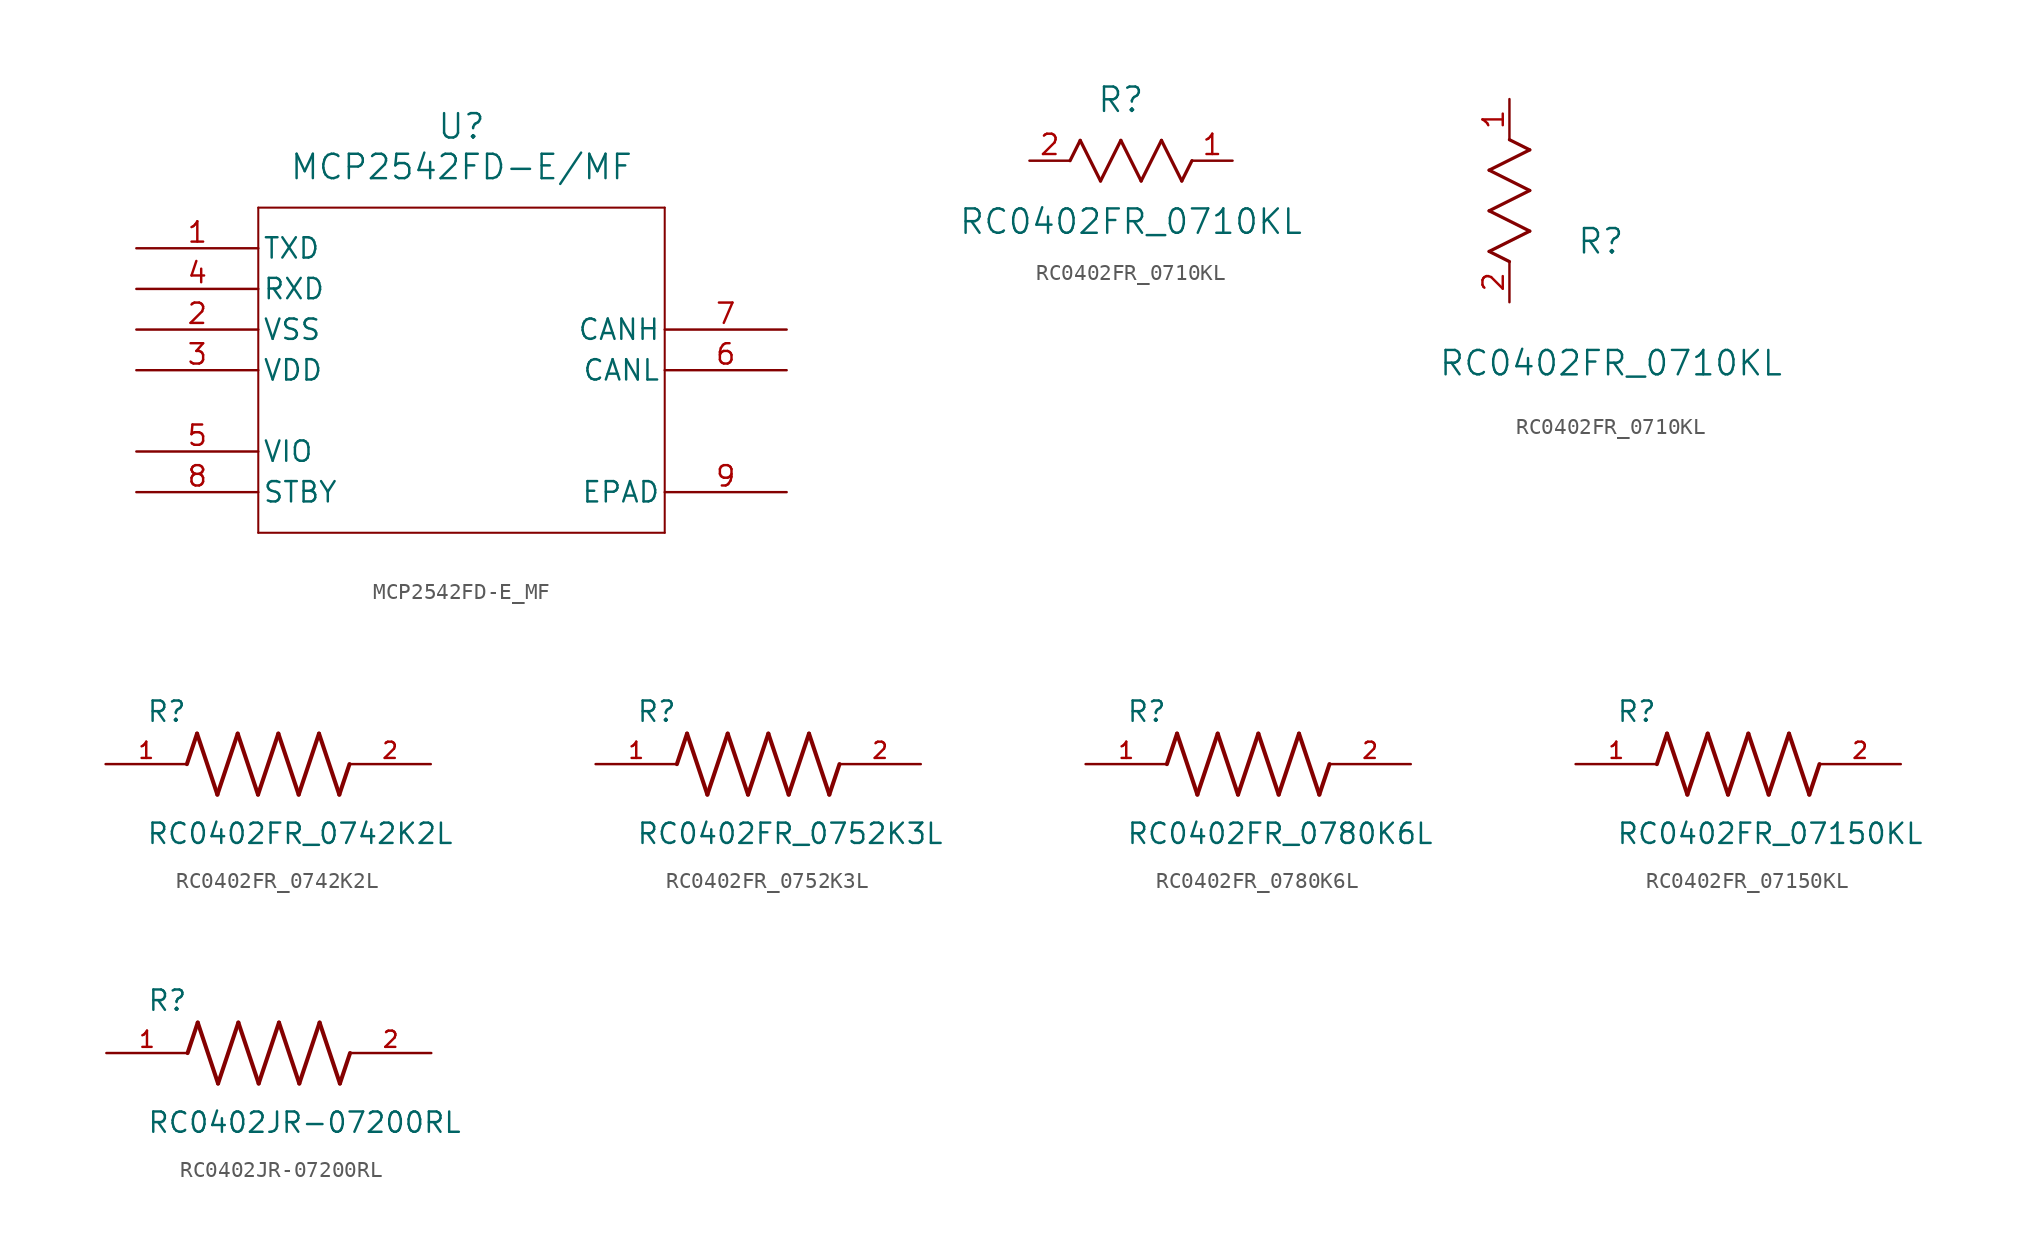
<source format=kicad_sym>
(kicad_symbol_lib
  (version 20241209)
  (generator "kicad_symbol_editor")
  (generator_version "9.0")
  (symbol "MCP2542FD-E_MF"
    (pin_names
      (offset 0.254))
    (property "Reference" "U"
      (at 20.32 10.16 0)
      (effects (font (size 1.524 1.524))))
    (property "Value" "MCP2542FD-E/MF"
      (at 20.32 7.62 0)
      (effects (font (size 1.524 1.524))))
    (symbol "MCP2542FD-E_MF_0_1"
      (polyline (pts (xy 7.62 5.08) (xy 7.62 -15.24)) (stroke (width 0.127) (type default)) (fill (type none)))
      (polyline (pts (xy 7.62 -15.24) (xy 33.02 -15.24)) (stroke (width 0.127) (type default)) (fill (type none)))
      (polyline (pts (xy 33.02 5.08) (xy 7.62 5.08)) (stroke (width 0.127) (type default)) (fill (type none)))
      (polyline (pts (xy 33.02 -15.24) (xy 33.02 5.08)) (stroke (width 0.127) (type default)) (fill (type none)))
      (pin unspecified line (at 0 2.54 0) (length 7.62) (name "TXD" (effects (font (size 1.27 1.27)))) (number "1" (effects (font (size 1.27 1.27)))))
      (pin unspecified line (at 0 0 0) (length 7.62) (name "RXD" (effects (font (size 1.27 1.27)))) (number "4" (effects (font (size 1.27 1.27)))))
      (pin unspecified line (at 0 -2.54 0) (length 7.62) (name "VSS" (effects (font (size 1.27 1.27)))) (number "2" (effects (font (size 1.27 1.27)))))
      (pin unspecified line (at 0 -5.08 0) (length 7.62) (name "VDD" (effects (font (size 1.27 1.27)))) (number "3" (effects (font (size 1.27 1.27)))))
      (pin unspecified line (at 0 -10.16 0) (length 7.62) (name "VIO" (effects (font (size 1.27 1.27)))) (number "5" (effects (font (size 1.27 1.27)))))
      (pin unspecified line (at 0 -12.7 0) (length 7.62) (name "STBY" (effects (font (size 1.27 1.27)))) (number "8" (effects (font (size 1.27 1.27)))))
      (pin unspecified line (at 40.64 -2.54 180) (length 7.62) (name "CANH" (effects (font (size 1.27 1.27)))) (number "7" (effects (font (size 1.27 1.27)))))
      (pin unspecified line (at 40.64 -5.08 180) (length 7.62) (name "CANL" (effects (font (size 1.27 1.27)))) (number "6" (effects (font (size 1.27 1.27)))))
      (pin unspecified line (at 40.64 -12.7 180) (length 7.62) (name "EPAD" (effects (font (size 1.27 1.27)))) (number "9" (effects (font (size 1.27 1.27)))))))
  (symbol "RC0402FR_0710KL"
    (pin_names
      (offset 0.254))
    (property "Reference" "R"
      (at 5.715 3.81 0)
      (effects (font (size 1.524 1.524))))
    (property "Value" "RC0402FR_0710KL"
      (at 6.35 -3.81 0)
      (effects (font (size 1.524 1.524))))
    (symbol "RC0402FR_0710KL_1_1"
      (polyline (pts (xy 2.54 0) (xy 3.175 1.27)) (stroke (width 0.203) (type default)) (fill (type none)))
      (polyline (pts (xy 3.175 1.27) (xy 4.445 -1.27)) (stroke (width 0.203) (type default)) (fill (type none)))
      (polyline (pts (xy 4.445 -1.27) (xy 5.715 1.27)) (stroke (width 0.203) (type default)) (fill (type none)))
      (polyline (pts (xy 5.715 1.27) (xy 6.985 -1.27)) (stroke (width 0.203) (type default)) (fill (type none)))
      (polyline (pts (xy 6.985 -1.27) (xy 8.255 1.27)) (stroke (width 0.203) (type default)) (fill (type none)))
      (polyline (pts (xy 8.255 1.27) (xy 9.525 -1.27)) (stroke (width 0.203) (type default)) (fill (type none)))
      (polyline (pts (xy 9.525 -1.27) (xy 10.16 0)) (stroke (width 0.203) (type default)) (fill (type none)))
      (pin unspecified line (at 0 0 0) (length 2.54) (name "" (effects (font (size 1.27 1.27)))) (number "2" (effects (font (size 1.27 1.27)))))
      (pin unspecified line (at 12.7 0 180) (length 2.54) (name "" (effects (font (size 1.27 1.27)))) (number "1" (effects (font (size 1.27 1.27))))))
    (symbol "RC0402FR_0710KL_1_2"
      (polyline (pts (xy -1.27 8.255) (xy 1.27 9.525)) (stroke (width 0.203) (type default)) (fill (type none)))
      (polyline (pts (xy -1.27 5.715) (xy 1.27 6.985)) (stroke (width 0.203) (type default)) (fill (type none)))
      (polyline (pts (xy -1.27 3.175) (xy 1.27 4.445)) (stroke (width 0.203) (type default)) (fill (type none)))
      (polyline (pts (xy 0 2.54) (xy -1.27 3.175)) (stroke (width 0.203) (type default)) (fill (type none)))
      (polyline (pts (xy 1.27 9.525) (xy 0 10.16)) (stroke (width 0.203) (type default)) (fill (type none)))
      (polyline (pts (xy 1.27 6.985) (xy -1.27 8.255)) (stroke (width 0.203) (type default)) (fill (type none)))
      (polyline (pts (xy 1.27 4.445) (xy -1.27 5.715)) (stroke (width 0.203) (type default)) (fill (type none)))
      (pin unspecified line (at 0 12.7 270) (length 2.54) (name "" (effects (font (size 1.27 1.27)))) (number "1" (effects (font (size 1.27 1.27)))))
      (pin unspecified line (at 0 0 90) (length 2.54) (name "" (effects (font (size 1.27 1.27)))) (number "2" (effects (font (size 1.27 1.27)))))))
  (symbol "RC0402FR_0742K2L"
    (pin_names
      (offset 1.016))
    (property "Reference" "R"
      (at -7.624 2.542 0)
      (effects (font (size 1.27 1.27)) (justify left bottom)))
    (property "Value" "RC0402FR_0742K2L"
      (at -7.63 -5.087 0)
      (effects (font (size 1.27 1.27)) (justify left bottom)))
    (symbol "RC0402FR_0742K2L_0_0"
      (polyline (pts (xy -5.08 0) (xy -4.445 1.905)) (stroke (width 0.254) (type default)) (fill (type none)))
      (polyline (pts (xy -4.445 1.905) (xy -3.175 -1.905)) (stroke (width 0.254) (type default)) (fill (type none)))
      (polyline (pts (xy -3.175 -1.905) (xy -1.905 1.905)) (stroke (width 0.254) (type default)) (fill (type none)))
      (polyline (pts (xy -1.905 1.905) (xy -0.635 -1.905)) (stroke (width 0.254) (type default)) (fill (type none)))
      (polyline (pts (xy -0.635 -1.905) (xy 0.635 1.905)) (stroke (width 0.254) (type default)) (fill (type none)))
      (polyline (pts (xy 0.635 1.905) (xy 1.905 -1.905)) (stroke (width 0.254) (type default)) (fill (type none)))
      (polyline (pts (xy 1.905 -1.905) (xy 3.175 1.905)) (stroke (width 0.254) (type default)) (fill (type none)))
      (polyline (pts (xy 3.175 1.905) (xy 4.445 -1.905)) (stroke (width 0.254) (type default)) (fill (type none)))
      (polyline (pts (xy 4.445 -1.905) (xy 5.08 0)) (stroke (width 0.254) (type default)) (fill (type none)))
      (pin passive line (at -10.16 0 0) (length 5.08) (name "~" (effects (font (size 1.016 1.016)))) (number "1" (effects (font (size 1.016 1.016)))))
      (pin passive line (at 10.16 0 180) (length 5.08) (name "~" (effects (font (size 1.016 1.016)))) (number "2" (effects (font (size 1.016 1.016)))))))
  (symbol "RC0402FR_0752K3L"
    (pin_names
      (offset 1.016))
    (property "Reference" "R"
      (at -7.624 2.542 0)
      (effects (font (size 1.27 1.27)) (justify left bottom)))
    (property "Value" "RC0402FR_0752K3L"
      (at -7.63 -5.087 0)
      (effects (font (size 1.27 1.27)) (justify left bottom)))
    (symbol "RC0402FR_0752K3L_0_0"
      (polyline (pts (xy -5.08 0) (xy -4.445 1.905)) (stroke (width 0.254) (type default)) (fill (type none)))
      (polyline (pts (xy -4.445 1.905) (xy -3.175 -1.905)) (stroke (width 0.254) (type default)) (fill (type none)))
      (polyline (pts (xy -3.175 -1.905) (xy -1.905 1.905)) (stroke (width 0.254) (type default)) (fill (type none)))
      (polyline (pts (xy -1.905 1.905) (xy -0.635 -1.905)) (stroke (width 0.254) (type default)) (fill (type none)))
      (polyline (pts (xy -0.635 -1.905) (xy 0.635 1.905)) (stroke (width 0.254) (type default)) (fill (type none)))
      (polyline (pts (xy 0.635 1.905) (xy 1.905 -1.905)) (stroke (width 0.254) (type default)) (fill (type none)))
      (polyline (pts (xy 1.905 -1.905) (xy 3.175 1.905)) (stroke (width 0.254) (type default)) (fill (type none)))
      (polyline (pts (xy 3.175 1.905) (xy 4.445 -1.905)) (stroke (width 0.254) (type default)) (fill (type none)))
      (polyline (pts (xy 4.445 -1.905) (xy 5.08 0)) (stroke (width 0.254) (type default)) (fill (type none)))
      (pin passive line (at -10.16 0 0) (length 5.08) (name "~" (effects (font (size 1.016 1.016)))) (number "1" (effects (font (size 1.016 1.016)))))
      (pin passive line (at 10.16 0 180) (length 5.08) (name "~" (effects (font (size 1.016 1.016)))) (number "2" (effects (font (size 1.016 1.016)))))))
  (symbol "RC0402FR_0780K6L"
    (pin_names
      (offset 1.016))
    (property "Reference" "R"
      (at -7.624 2.542 0)
      (effects (font (size 1.27 1.27)) (justify left bottom)))
    (property "Value" "RC0402FR_0780K6L"
      (at -7.63 -5.087 0)
      (effects (font (size 1.27 1.27)) (justify left bottom)))
    (symbol "RC0402FR_0780K6L_0_0"
      (polyline (pts (xy -5.08 0) (xy -4.445 1.905)) (stroke (width 0.254) (type default)) (fill (type none)))
      (polyline (pts (xy -4.445 1.905) (xy -3.175 -1.905)) (stroke (width 0.254) (type default)) (fill (type none)))
      (polyline (pts (xy -3.175 -1.905) (xy -1.905 1.905)) (stroke (width 0.254) (type default)) (fill (type none)))
      (polyline (pts (xy -1.905 1.905) (xy -0.635 -1.905)) (stroke (width 0.254) (type default)) (fill (type none)))
      (polyline (pts (xy -0.635 -1.905) (xy 0.635 1.905)) (stroke (width 0.254) (type default)) (fill (type none)))
      (polyline (pts (xy 0.635 1.905) (xy 1.905 -1.905)) (stroke (width 0.254) (type default)) (fill (type none)))
      (polyline (pts (xy 1.905 -1.905) (xy 3.175 1.905)) (stroke (width 0.254) (type default)) (fill (type none)))
      (polyline (pts (xy 3.175 1.905) (xy 4.445 -1.905)) (stroke (width 0.254) (type default)) (fill (type none)))
      (polyline (pts (xy 4.445 -1.905) (xy 5.08 0)) (stroke (width 0.254) (type default)) (fill (type none)))
      (pin passive line (at -10.16 0 0) (length 5.08) (name "~" (effects (font (size 1.016 1.016)))) (number "1" (effects (font (size 1.016 1.016)))))
      (pin passive line (at 10.16 0 180) (length 5.08) (name "~" (effects (font (size 1.016 1.016)))) (number "2" (effects (font (size 1.016 1.016)))))))
  (symbol "RC0402FR_07150KL"
    (pin_names
      (offset 1.016))
    (property "Reference" "R"
      (at -7.624 2.542 0)
      (effects (font (size 1.27 1.27)) (justify left bottom)))
    (property "Value" "RC0402FR_07150KL"
      (at -7.63 -5.087 0)
      (effects (font (size 1.27 1.27)) (justify left bottom)))
    (symbol "RC0402FR_07150KL_0_0"
      (polyline (pts (xy -5.08 0) (xy -4.445 1.905)) (stroke (width 0.254) (type default)) (fill (type none)))
      (polyline (pts (xy -4.445 1.905) (xy -3.175 -1.905)) (stroke (width 0.254) (type default)) (fill (type none)))
      (polyline (pts (xy -3.175 -1.905) (xy -1.905 1.905)) (stroke (width 0.254) (type default)) (fill (type none)))
      (polyline (pts (xy -1.905 1.905) (xy -0.635 -1.905)) (stroke (width 0.254) (type default)) (fill (type none)))
      (polyline (pts (xy -0.635 -1.905) (xy 0.635 1.905)) (stroke (width 0.254) (type default)) (fill (type none)))
      (polyline (pts (xy 0.635 1.905) (xy 1.905 -1.905)) (stroke (width 0.254) (type default)) (fill (type none)))
      (polyline (pts (xy 1.905 -1.905) (xy 3.175 1.905)) (stroke (width 0.254) (type default)) (fill (type none)))
      (polyline (pts (xy 3.175 1.905) (xy 4.445 -1.905)) (stroke (width 0.254) (type default)) (fill (type none)))
      (polyline (pts (xy 4.445 -1.905) (xy 5.08 0)) (stroke (width 0.254) (type default)) (fill (type none)))
      (pin passive line (at -10.16 0 0) (length 5.08) (name "~" (effects (font (size 1.016 1.016)))) (number "1" (effects (font (size 1.016 1.016)))))
      (pin passive line (at 10.16 0 180) (length 5.08) (name "~" (effects (font (size 1.016 1.016)))) (number "2" (effects (font (size 1.016 1.016)))))))
  (symbol "RC0402JR-07200RL"
    (pin_names
      (offset 1.016))
    (property "Reference" "R"
      (at -7.624 2.542 0)
      (effects (font (size 1.27 1.27)) (justify left bottom)))
    (property "Value" "RC0402JR-07200RL"
      (at -7.63 -5.087 0)
      (effects (font (size 1.27 1.27)) (justify left bottom)))
    (symbol "RC0402JR-07200RL_0_0"
      (polyline (pts (xy -5.08 0) (xy -4.445 1.905)) (stroke (width 0.254) (type default)) (fill (type none)))
      (polyline (pts (xy -4.445 1.905) (xy -3.175 -1.905)) (stroke (width 0.254) (type default)) (fill (type none)))
      (polyline (pts (xy -3.175 -1.905) (xy -1.905 1.905)) (stroke (width 0.254) (type default)) (fill (type none)))
      (polyline (pts (xy -1.905 1.905) (xy -0.635 -1.905)) (stroke (width 0.254) (type default)) (fill (type none)))
      (polyline (pts (xy -0.635 -1.905) (xy 0.635 1.905)) (stroke (width 0.254) (type default)) (fill (type none)))
      (polyline (pts (xy 0.635 1.905) (xy 1.905 -1.905)) (stroke (width 0.254) (type default)) (fill (type none)))
      (polyline (pts (xy 1.905 -1.905) (xy 3.175 1.905)) (stroke (width 0.254) (type default)) (fill (type none)))
      (polyline (pts (xy 3.175 1.905) (xy 4.445 -1.905)) (stroke (width 0.254) (type default)) (fill (type none)))
      (polyline (pts (xy 4.445 -1.905) (xy 5.08 0)) (stroke (width 0.254) (type default)) (fill (type none)))
      (pin passive line (at -10.16 0 0) (length 5.08) (name "~" (effects (font (size 1.016 1.016)))) (number "1" (effects (font (size 1.016 1.016)))))
      (pin passive line (at 10.16 0 180) (length 5.08) (name "~" (effects (font (size 1.016 1.016)))) (number "2" (effects (font (size 1.016 1.016))))))))
</source>
